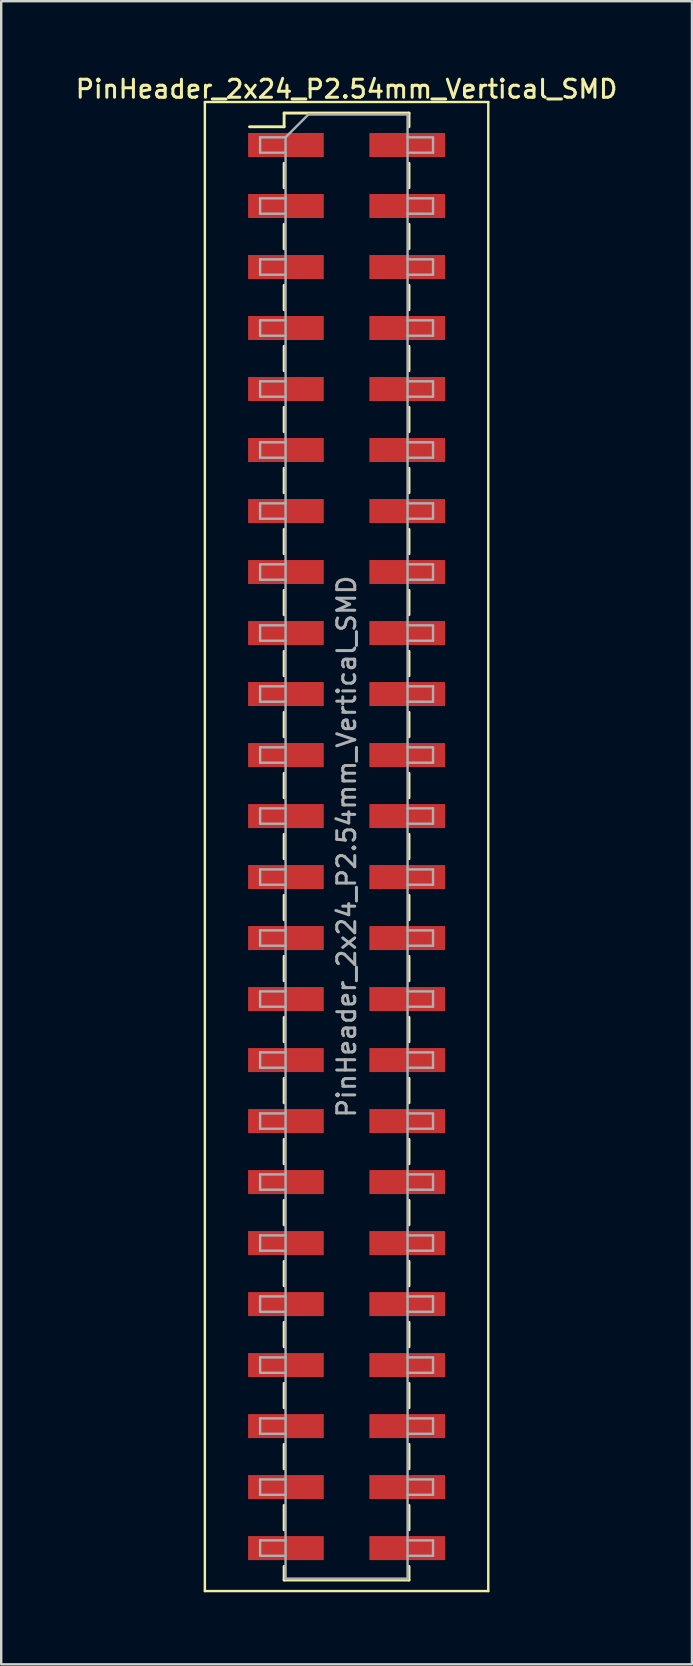
<source format=kicad_pcb>
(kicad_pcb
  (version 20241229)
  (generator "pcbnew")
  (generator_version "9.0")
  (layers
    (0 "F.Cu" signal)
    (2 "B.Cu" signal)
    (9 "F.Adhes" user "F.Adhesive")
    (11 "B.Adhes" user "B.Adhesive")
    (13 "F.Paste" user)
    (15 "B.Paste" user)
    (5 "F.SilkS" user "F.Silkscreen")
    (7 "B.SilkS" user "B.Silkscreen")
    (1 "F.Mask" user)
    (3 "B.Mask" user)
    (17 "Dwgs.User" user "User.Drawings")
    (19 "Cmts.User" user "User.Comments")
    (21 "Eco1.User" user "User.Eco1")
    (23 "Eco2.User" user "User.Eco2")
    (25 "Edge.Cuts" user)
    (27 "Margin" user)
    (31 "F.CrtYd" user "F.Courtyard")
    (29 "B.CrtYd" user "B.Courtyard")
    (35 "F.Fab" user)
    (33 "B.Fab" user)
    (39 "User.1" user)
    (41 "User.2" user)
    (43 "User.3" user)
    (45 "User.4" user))
  (footprint "PinHeader_2x24_P2.54mm_Vertical_SMD"
    (layer "F.Cu")
    (at 11.38 32.198)
    (property "Reference" "PinHeader_2x24_P2.54mm_Vertical_SMD" (at 0 -31.54 0) (layer "F.SilkS") (effects (font (size 0.75 0.75) (thickness 0.125))))
    (attr smd)
    (fp_line (start -5.9 -31) (end -5.9 31) (stroke (width 0.1) (type solid)) (layer "F.SilkS"))
    (fp_line (start -5.9 31) (end 5.9 31) (stroke (width 0.1) (type solid)) (layer "F.SilkS"))
    (fp_line (start -4.04 -29.97) (end -2.6 -29.97) (stroke (width 0.12) (type solid)) (layer "F.SilkS"))
    (fp_line (start -2.6 -30.54) (end -2.6 -29.97) (stroke (width 0.12) (type solid)) (layer "F.SilkS"))
    (fp_line (start -2.6 -30.54) (end 2.6 -30.54) (stroke (width 0.12) (type solid)) (layer "F.SilkS"))
    (fp_line (start -2.6 -28.45) (end -2.6 -27.43) (stroke (width 0.12) (type solid)) (layer "F.SilkS"))
    (fp_line (start -2.6 -25.91) (end -2.6 -24.89) (stroke (width 0.12) (type solid)) (layer "F.SilkS"))
    (fp_line (start -2.6 -23.37) (end -2.6 -22.35) (stroke (width 0.12) (type solid)) (layer "F.SilkS"))
    (fp_line (start -2.6 -20.83) (end -2.6 -19.81) (stroke (width 0.12) (type solid)) (layer "F.SilkS"))
    (fp_line (start -2.6 -18.29) (end -2.6 -17.27) (stroke (width 0.12) (type solid)) (layer "F.SilkS"))
    (fp_line (start -2.6 -15.75) (end -2.6 -14.73) (stroke (width 0.12) (type solid)) (layer "F.SilkS"))
    (fp_line (start -2.6 -13.21) (end -2.6 -12.19) (stroke (width 0.12) (type solid)) (layer "F.SilkS"))
    (fp_line (start -2.6 -10.67) (end -2.6 -9.65) (stroke (width 0.12) (type solid)) (layer "F.SilkS"))
    (fp_line (start -2.6 -8.13) (end -2.6 -7.11) (stroke (width 0.12) (type solid)) (layer "F.SilkS"))
    (fp_line (start -2.6 -5.59) (end -2.6 -4.57) (stroke (width 0.12) (type solid)) (layer "F.SilkS"))
    (fp_line (start -2.6 -3.05) (end -2.6 -2.03) (stroke (width 0.12) (type solid)) (layer "F.SilkS"))
    (fp_line (start -2.6 -0.51) (end -2.6 0.51) (stroke (width 0.12) (type solid)) (layer "F.SilkS"))
    (fp_line (start -2.6 2.03) (end -2.6 3.05) (stroke (width 0.12) (type solid)) (layer "F.SilkS"))
    (fp_line (start -2.6 4.57) (end -2.6 5.59) (stroke (width 0.12) (type solid)) (layer "F.SilkS"))
    (fp_line (start -2.6 7.11) (end -2.6 8.13) (stroke (width 0.12) (type solid)) (layer "F.SilkS"))
    (fp_line (start -2.6 9.65) (end -2.6 10.67) (stroke (width 0.12) (type solid)) (layer "F.SilkS"))
    (fp_line (start -2.6 12.19) (end -2.6 13.21) (stroke (width 0.12) (type solid)) (layer "F.SilkS"))
    (fp_line (start -2.6 14.73) (end -2.6 15.75) (stroke (width 0.12) (type solid)) (layer "F.SilkS"))
    (fp_line (start -2.6 17.27) (end -2.6 18.29) (stroke (width 0.12) (type solid)) (layer "F.SilkS"))
    (fp_line (start -2.6 19.81) (end -2.6 20.83) (stroke (width 0.12) (type solid)) (layer "F.SilkS"))
    (fp_line (start -2.6 22.35) (end -2.6 23.37) (stroke (width 0.12) (type solid)) (layer "F.SilkS"))
    (fp_line (start -2.6 24.89) (end -2.6 25.91) (stroke (width 0.12) (type solid)) (layer "F.SilkS"))
    (fp_line (start -2.6 27.43) (end -2.6 28.45) (stroke (width 0.12) (type solid)) (layer "F.SilkS"))
    (fp_line (start -2.6 29.97) (end -2.6 30.54) (stroke (width 0.12) (type solid)) (layer "F.SilkS"))
    (fp_line (start -2.6 30.54) (end 2.6 30.54) (stroke (width 0.12) (type solid)) (layer "F.SilkS"))
    (fp_line (start 2.6 -30.54) (end 2.6 -29.97) (stroke (width 0.12) (type solid)) (layer "F.SilkS"))
    (fp_line (start 2.6 -28.45) (end 2.6 -27.43) (stroke (width 0.12) (type solid)) (layer "F.SilkS"))
    (fp_line (start 2.6 -25.91) (end 2.6 -24.89) (stroke (width 0.12) (type solid)) (layer "F.SilkS"))
    (fp_line (start 2.6 -23.37) (end 2.6 -22.35) (stroke (width 0.12) (type solid)) (layer "F.SilkS"))
    (fp_line (start 2.6 -20.83) (end 2.6 -19.81) (stroke (width 0.12) (type solid)) (layer "F.SilkS"))
    (fp_line (start 2.6 -18.29) (end 2.6 -17.27) (stroke (width 0.12) (type solid)) (layer "F.SilkS"))
    (fp_line (start 2.6 -15.75) (end 2.6 -14.73) (stroke (width 0.12) (type solid)) (layer "F.SilkS"))
    (fp_line (start 2.6 -13.21) (end 2.6 -12.19) (stroke (width 0.12) (type solid)) (layer "F.SilkS"))
    (fp_line (start 2.6 -10.67) (end 2.6 -9.65) (stroke (width 0.12) (type solid)) (layer "F.SilkS"))
    (fp_line (start 2.6 -8.13) (end 2.6 -7.11) (stroke (width 0.12) (type solid)) (layer "F.SilkS"))
    (fp_line (start 2.6 -5.59) (end 2.6 -4.57) (stroke (width 0.12) (type solid)) (layer "F.SilkS"))
    (fp_line (start 2.6 -3.05) (end 2.6 -2.03) (stroke (width 0.12) (type solid)) (layer "F.SilkS"))
    (fp_line (start 2.6 -0.51) (end 2.6 0.51) (stroke (width 0.12) (type solid)) (layer "F.SilkS"))
    (fp_line (start 2.6 2.03) (end 2.6 3.05) (stroke (width 0.12) (type solid)) (layer "F.SilkS"))
    (fp_line (start 2.6 4.57) (end 2.6 5.59) (stroke (width 0.12) (type solid)) (layer "F.SilkS"))
    (fp_line (start 2.6 7.11) (end 2.6 8.13) (stroke (width 0.12) (type solid)) (layer "F.SilkS"))
    (fp_line (start 2.6 9.65) (end 2.6 10.67) (stroke (width 0.12) (type solid)) (layer "F.SilkS"))
    (fp_line (start 2.6 12.19) (end 2.6 13.21) (stroke (width 0.12) (type solid)) (layer "F.SilkS"))
    (fp_line (start 2.6 14.73) (end 2.6 15.75) (stroke (width 0.12) (type solid)) (layer "F.SilkS"))
    (fp_line (start 2.6 17.27) (end 2.6 18.29) (stroke (width 0.12) (type solid)) (layer "F.SilkS"))
    (fp_line (start 2.6 19.81) (end 2.6 20.83) (stroke (width 0.12) (type solid)) (layer "F.SilkS"))
    (fp_line (start 2.6 22.35) (end 2.6 23.37) (stroke (width 0.12) (type solid)) (layer "F.SilkS"))
    (fp_line (start 2.6 24.89) (end 2.6 25.91) (stroke (width 0.12) (type solid)) (layer "F.SilkS"))
    (fp_line (start 2.6 27.43) (end 2.6 28.45) (stroke (width 0.12) (type solid)) (layer "F.SilkS"))
    (fp_line (start 2.6 29.97) (end 2.6 30.54) (stroke (width 0.12) (type solid)) (layer "F.SilkS"))
    (fp_line (start 5.9 -31) (end -5.9 -31) (stroke (width 0.1) (type solid)) (layer "F.SilkS"))
    (fp_line (start 5.9 31) (end 5.9 -31) (stroke (width 0.1) (type solid)) (layer "F.SilkS"))
    (fp_line (start -3.6 -29.53) (end -3.6 -28.89) (stroke (width 0.1) (type solid)) (layer "F.Fab"))
    (fp_line (start -3.6 -28.89) (end -2.54 -28.89) (stroke (width 0.1) (type solid)) (layer "F.Fab"))
    (fp_line (start -3.6 -26.99) (end -3.6 -26.35) (stroke (width 0.1) (type solid)) (layer "F.Fab"))
    (fp_line (start -3.6 -26.35) (end -2.54 -26.35) (stroke (width 0.1) (type solid)) (layer "F.Fab"))
    (fp_line (start -3.6 -24.45) (end -3.6 -23.81) (stroke (width 0.1) (type solid)) (layer "F.Fab"))
    (fp_line (start -3.6 -23.81) (end -2.54 -23.81) (stroke (width 0.1) (type solid)) (layer "F.Fab"))
    (fp_line (start -3.6 -21.91) (end -3.6 -21.27) (stroke (width 0.1) (type solid)) (layer "F.Fab"))
    (fp_line (start -3.6 -21.27) (end -2.54 -21.27) (stroke (width 0.1) (type solid)) (layer "F.Fab"))
    (fp_line (start -3.6 -19.37) (end -3.6 -18.73) (stroke (width 0.1) (type solid)) (layer "F.Fab"))
    (fp_line (start -3.6 -18.73) (end -2.54 -18.73) (stroke (width 0.1) (type solid)) (layer "F.Fab"))
    (fp_line (start -3.6 -16.83) (end -3.6 -16.19) (stroke (width 0.1) (type solid)) (layer "F.Fab"))
    (fp_line (start -3.6 -16.19) (end -2.54 -16.19) (stroke (width 0.1) (type solid)) (layer "F.Fab"))
    (fp_line (start -3.6 -14.29) (end -3.6 -13.65) (stroke (width 0.1) (type solid)) (layer "F.Fab"))
    (fp_line (start -3.6 -13.65) (end -2.54 -13.65) (stroke (width 0.1) (type solid)) (layer "F.Fab"))
    (fp_line (start -3.6 -11.75) (end -3.6 -11.11) (stroke (width 0.1) (type solid)) (layer "F.Fab"))
    (fp_line (start -3.6 -11.11) (end -2.54 -11.11) (stroke (width 0.1) (type solid)) (layer "F.Fab"))
    (fp_line (start -3.6 -9.21) (end -3.6 -8.57) (stroke (width 0.1) (type solid)) (layer "F.Fab"))
    (fp_line (start -3.6 -8.57) (end -2.54 -8.57) (stroke (width 0.1) (type solid)) (layer "F.Fab"))
    (fp_line (start -3.6 -6.67) (end -3.6 -6.03) (stroke (width 0.1) (type solid)) (layer "F.Fab"))
    (fp_line (start -3.6 -6.03) (end -2.54 -6.03) (stroke (width 0.1) (type solid)) (layer "F.Fab"))
    (fp_line (start -3.6 -4.13) (end -3.6 -3.49) (stroke (width 0.1) (type solid)) (layer "F.Fab"))
    (fp_line (start -3.6 -3.49) (end -2.54 -3.49) (stroke (width 0.1) (type solid)) (layer "F.Fab"))
    (fp_line (start -3.6 -1.59) (end -3.6 -0.95) (stroke (width 0.1) (type solid)) (layer "F.Fab"))
    (fp_line (start -3.6 -0.95) (end -2.54 -0.95) (stroke (width 0.1) (type solid)) (layer "F.Fab"))
    (fp_line (start -3.6 0.95) (end -3.6 1.59) (stroke (width 0.1) (type solid)) (layer "F.Fab"))
    (fp_line (start -3.6 1.59) (end -2.54 1.59) (stroke (width 0.1) (type solid)) (layer "F.Fab"))
    (fp_line (start -3.6 3.49) (end -3.6 4.13) (stroke (width 0.1) (type solid)) (layer "F.Fab"))
    (fp_line (start -3.6 4.13) (end -2.54 4.13) (stroke (width 0.1) (type solid)) (layer "F.Fab"))
    (fp_line (start -3.6 6.03) (end -3.6 6.67) (stroke (width 0.1) (type solid)) (layer "F.Fab"))
    (fp_line (start -3.6 6.67) (end -2.54 6.67) (stroke (width 0.1) (type solid)) (layer "F.Fab"))
    (fp_line (start -3.6 8.57) (end -3.6 9.21) (stroke (width 0.1) (type solid)) (layer "F.Fab"))
    (fp_line (start -3.6 9.21) (end -2.54 9.21) (stroke (width 0.1) (type solid)) (layer "F.Fab"))
    (fp_line (start -3.6 11.11) (end -3.6 11.75) (stroke (width 0.1) (type solid)) (layer "F.Fab"))
    (fp_line (start -3.6 11.75) (end -2.54 11.75) (stroke (width 0.1) (type solid)) (layer "F.Fab"))
    (fp_line (start -3.6 13.65) (end -3.6 14.29) (stroke (width 0.1) (type solid)) (layer "F.Fab"))
    (fp_line (start -3.6 14.29) (end -2.54 14.29) (stroke (width 0.1) (type solid)) (layer "F.Fab"))
    (fp_line (start -3.6 16.19) (end -3.6 16.83) (stroke (width 0.1) (type solid)) (layer "F.Fab"))
    (fp_line (start -3.6 16.83) (end -2.54 16.83) (stroke (width 0.1) (type solid)) (layer "F.Fab"))
    (fp_line (start -3.6 18.73) (end -3.6 19.37) (stroke (width 0.1) (type solid)) (layer "F.Fab"))
    (fp_line (start -3.6 19.37) (end -2.54 19.37) (stroke (width 0.1) (type solid)) (layer "F.Fab"))
    (fp_line (start -3.6 21.27) (end -3.6 21.91) (stroke (width 0.1) (type solid)) (layer "F.Fab"))
    (fp_line (start -3.6 21.91) (end -2.54 21.91) (stroke (width 0.1) (type solid)) (layer "F.Fab"))
    (fp_line (start -3.6 23.81) (end -3.6 24.45) (stroke (width 0.1) (type solid)) (layer "F.Fab"))
    (fp_line (start -3.6 24.45) (end -2.54 24.45) (stroke (width 0.1) (type solid)) (layer "F.Fab"))
    (fp_line (start -3.6 26.35) (end -3.6 26.99) (stroke (width 0.1) (type solid)) (layer "F.Fab"))
    (fp_line (start -3.6 26.99) (end -2.54 26.99) (stroke (width 0.1) (type solid)) (layer "F.Fab"))
    (fp_line (start -3.6 28.89) (end -3.6 29.53) (stroke (width 0.1) (type solid)) (layer "F.Fab"))
    (fp_line (start -3.6 29.53) (end -2.54 29.53) (stroke (width 0.1) (type solid)) (layer "F.Fab"))
    (fp_line (start -2.54 -29.53) (end -3.6 -29.53) (stroke (width 0.1) (type solid)) (layer "F.Fab"))
    (fp_line (start -2.54 -29.53) (end -1.59 -30.48) (stroke (width 0.1) (type solid)) (layer "F.Fab"))
    (fp_line (start -2.54 -26.99) (end -3.6 -26.99) (stroke (width 0.1) (type solid)) (layer "F.Fab"))
    (fp_line (start -2.54 -24.45) (end -3.6 -24.45) (stroke (width 0.1) (type solid)) (layer "F.Fab"))
    (fp_line (start -2.54 -21.91) (end -3.6 -21.91) (stroke (width 0.1) (type solid)) (layer "F.Fab"))
    (fp_line (start -2.54 -19.37) (end -3.6 -19.37) (stroke (width 0.1) (type solid)) (layer "F.Fab"))
    (fp_line (start -2.54 -16.83) (end -3.6 -16.83) (stroke (width 0.1) (type solid)) (layer "F.Fab"))
    (fp_line (start -2.54 -14.29) (end -3.6 -14.29) (stroke (width 0.1) (type solid)) (layer "F.Fab"))
    (fp_line (start -2.54 -11.75) (end -3.6 -11.75) (stroke (width 0.1) (type solid)) (layer "F.Fab"))
    (fp_line (start -2.54 -9.21) (end -3.6 -9.21) (stroke (width 0.1) (type solid)) (layer "F.Fab"))
    (fp_line (start -2.54 -6.67) (end -3.6 -6.67) (stroke (width 0.1) (type solid)) (layer "F.Fab"))
    (fp_line (start -2.54 -4.13) (end -3.6 -4.13) (stroke (width 0.1) (type solid)) (layer "F.Fab"))
    (fp_line (start -2.54 -1.59) (end -3.6 -1.59) (stroke (width 0.1) (type solid)) (layer "F.Fab"))
    (fp_line (start -2.54 0.95) (end -3.6 0.95) (stroke (width 0.1) (type solid)) (layer "F.Fab"))
    (fp_line (start -2.54 3.49) (end -3.6 3.49) (stroke (width 0.1) (type solid)) (layer "F.Fab"))
    (fp_line (start -2.54 6.03) (end -3.6 6.03) (stroke (width 0.1) (type solid)) (layer "F.Fab"))
    (fp_line (start -2.54 8.57) (end -3.6 8.57) (stroke (width 0.1) (type solid)) (layer "F.Fab"))
    (fp_line (start -2.54 11.11) (end -3.6 11.11) (stroke (width 0.1) (type solid)) (layer "F.Fab"))
    (fp_line (start -2.54 13.65) (end -3.6 13.65) (stroke (width 0.1) (type solid)) (layer "F.Fab"))
    (fp_line (start -2.54 16.19) (end -3.6 16.19) (stroke (width 0.1) (type solid)) (layer "F.Fab"))
    (fp_line (start -2.54 18.73) (end -3.6 18.73) (stroke (width 0.1) (type solid)) (layer "F.Fab"))
    (fp_line (start -2.54 21.27) (end -3.6 21.27) (stroke (width 0.1) (type solid)) (layer "F.Fab"))
    (fp_line (start -2.54 23.81) (end -3.6 23.81) (stroke (width 0.1) (type solid)) (layer "F.Fab"))
    (fp_line (start -2.54 26.35) (end -3.6 26.35) (stroke (width 0.1) (type solid)) (layer "F.Fab"))
    (fp_line (start -2.54 28.89) (end -3.6 28.89) (stroke (width 0.1) (type solid)) (layer "F.Fab"))
    (fp_line (start -2.54 30.48) (end -2.54 -29.53) (stroke (width 0.1) (type solid)) (layer "F.Fab"))
    (fp_line (start -1.59 -30.48) (end 2.54 -30.48) (stroke (width 0.1) (type solid)) (layer "F.Fab"))
    (fp_line (start 2.54 -30.48) (end 2.54 30.48) (stroke (width 0.1) (type solid)) (layer "F.Fab"))
    (fp_line (start 2.54 -29.53) (end 3.6 -29.53) (stroke (width 0.1) (type solid)) (layer "F.Fab"))
    (fp_line (start 2.54 -26.99) (end 3.6 -26.99) (stroke (width 0.1) (type solid)) (layer "F.Fab"))
    (fp_line (start 2.54 -24.45) (end 3.6 -24.45) (stroke (width 0.1) (type solid)) (layer "F.Fab"))
    (fp_line (start 2.54 -21.91) (end 3.6 -21.91) (stroke (width 0.1) (type solid)) (layer "F.Fab"))
    (fp_line (start 2.54 -19.37) (end 3.6 -19.37) (stroke (width 0.1) (type solid)) (layer "F.Fab"))
    (fp_line (start 2.54 -16.83) (end 3.6 -16.83) (stroke (width 0.1) (type solid)) (layer "F.Fab"))
    (fp_line (start 2.54 -14.29) (end 3.6 -14.29) (stroke (width 0.1) (type solid)) (layer "F.Fab"))
    (fp_line (start 2.54 -11.75) (end 3.6 -11.75) (stroke (width 0.1) (type solid)) (layer "F.Fab"))
    (fp_line (start 2.54 -9.21) (end 3.6 -9.21) (stroke (width 0.1) (type solid)) (layer "F.Fab"))
    (fp_line (start 2.54 -6.67) (end 3.6 -6.67) (stroke (width 0.1) (type solid)) (layer "F.Fab"))
    (fp_line (start 2.54 -4.13) (end 3.6 -4.13) (stroke (width 0.1) (type solid)) (layer "F.Fab"))
    (fp_line (start 2.54 -1.59) (end 3.6 -1.59) (stroke (width 0.1) (type solid)) (layer "F.Fab"))
    (fp_line (start 2.54 0.95) (end 3.6 0.95) (stroke (width 0.1) (type solid)) (layer "F.Fab"))
    (fp_line (start 2.54 3.49) (end 3.6 3.49) (stroke (width 0.1) (type solid)) (layer "F.Fab"))
    (fp_line (start 2.54 6.03) (end 3.6 6.03) (stroke (width 0.1) (type solid)) (layer "F.Fab"))
    (fp_line (start 2.54 8.57) (end 3.6 8.57) (stroke (width 0.1) (type solid)) (layer "F.Fab"))
    (fp_line (start 2.54 11.11) (end 3.6 11.11) (stroke (width 0.1) (type solid)) (layer "F.Fab"))
    (fp_line (start 2.54 13.65) (end 3.6 13.65) (stroke (width 0.1) (type solid)) (layer "F.Fab"))
    (fp_line (start 2.54 16.19) (end 3.6 16.19) (stroke (width 0.1) (type solid)) (layer "F.Fab"))
    (fp_line (start 2.54 18.73) (end 3.6 18.73) (stroke (width 0.1) (type solid)) (layer "F.Fab"))
    (fp_line (start 2.54 21.27) (end 3.6 21.27) (stroke (width 0.1) (type solid)) (layer "F.Fab"))
    (fp_line (start 2.54 23.81) (end 3.6 23.81) (stroke (width 0.1) (type solid)) (layer "F.Fab"))
    (fp_line (start 2.54 26.35) (end 3.6 26.35) (stroke (width 0.1) (type solid)) (layer "F.Fab"))
    (fp_line (start 2.54 28.89) (end 3.6 28.89) (stroke (width 0.1) (type solid)) (layer "F.Fab"))
    (fp_line (start 2.54 30.48) (end -2.54 30.48) (stroke (width 0.1) (type solid)) (layer "F.Fab"))
    (fp_line (start 3.6 -29.53) (end 3.6 -28.89) (stroke (width 0.1) (type solid)) (layer "F.Fab"))
    (fp_line (start 3.6 -28.89) (end 2.54 -28.89) (stroke (width 0.1) (type solid)) (layer "F.Fab"))
    (fp_line (start 3.6 -26.99) (end 3.6 -26.35) (stroke (width 0.1) (type solid)) (layer "F.Fab"))
    (fp_line (start 3.6 -26.35) (end 2.54 -26.35) (stroke (width 0.1) (type solid)) (layer "F.Fab"))
    (fp_line (start 3.6 -24.45) (end 3.6 -23.81) (stroke (width 0.1) (type solid)) (layer "F.Fab"))
    (fp_line (start 3.6 -23.81) (end 2.54 -23.81) (stroke (width 0.1) (type solid)) (layer "F.Fab"))
    (fp_line (start 3.6 -21.91) (end 3.6 -21.27) (stroke (width 0.1) (type solid)) (layer "F.Fab"))
    (fp_line (start 3.6 -21.27) (end 2.54 -21.27) (stroke (width 0.1) (type solid)) (layer "F.Fab"))
    (fp_line (start 3.6 -19.37) (end 3.6 -18.73) (stroke (width 0.1) (type solid)) (layer "F.Fab"))
    (fp_line (start 3.6 -18.73) (end 2.54 -18.73) (stroke (width 0.1) (type solid)) (layer "F.Fab"))
    (fp_line (start 3.6 -16.83) (end 3.6 -16.19) (stroke (width 0.1) (type solid)) (layer "F.Fab"))
    (fp_line (start 3.6 -16.19) (end 2.54 -16.19) (stroke (width 0.1) (type solid)) (layer "F.Fab"))
    (fp_line (start 3.6 -14.29) (end 3.6 -13.65) (stroke (width 0.1) (type solid)) (layer "F.Fab"))
    (fp_line (start 3.6 -13.65) (end 2.54 -13.65) (stroke (width 0.1) (type solid)) (layer "F.Fab"))
    (fp_line (start 3.6 -11.75) (end 3.6 -11.11) (stroke (width 0.1) (type solid)) (layer "F.Fab"))
    (fp_line (start 3.6 -11.11) (end 2.54 -11.11) (stroke (width 0.1) (type solid)) (layer "F.Fab"))
    (fp_line (start 3.6 -9.21) (end 3.6 -8.57) (stroke (width 0.1) (type solid)) (layer "F.Fab"))
    (fp_line (start 3.6 -8.57) (end 2.54 -8.57) (stroke (width 0.1) (type solid)) (layer "F.Fab"))
    (fp_line (start 3.6 -6.67) (end 3.6 -6.03) (stroke (width 0.1) (type solid)) (layer "F.Fab"))
    (fp_line (start 3.6 -6.03) (end 2.54 -6.03) (stroke (width 0.1) (type solid)) (layer "F.Fab"))
    (fp_line (start 3.6 -4.13) (end 3.6 -3.49) (stroke (width 0.1) (type solid)) (layer "F.Fab"))
    (fp_line (start 3.6 -3.49) (end 2.54 -3.49) (stroke (width 0.1) (type solid)) (layer "F.Fab"))
    (fp_line (start 3.6 -1.59) (end 3.6 -0.95) (stroke (width 0.1) (type solid)) (layer "F.Fab"))
    (fp_line (start 3.6 -0.95) (end 2.54 -0.95) (stroke (width 0.1) (type solid)) (layer "F.Fab"))
    (fp_line (start 3.6 0.95) (end 3.6 1.59) (stroke (width 0.1) (type solid)) (layer "F.Fab"))
    (fp_line (start 3.6 1.59) (end 2.54 1.59) (stroke (width 0.1) (type solid)) (layer "F.Fab"))
    (fp_line (start 3.6 3.49) (end 3.6 4.13) (stroke (width 0.1) (type solid)) (layer "F.Fab"))
    (fp_line (start 3.6 4.13) (end 2.54 4.13) (stroke (width 0.1) (type solid)) (layer "F.Fab"))
    (fp_line (start 3.6 6.03) (end 3.6 6.67) (stroke (width 0.1) (type solid)) (layer "F.Fab"))
    (fp_line (start 3.6 6.67) (end 2.54 6.67) (stroke (width 0.1) (type solid)) (layer "F.Fab"))
    (fp_line (start 3.6 8.57) (end 3.6 9.21) (stroke (width 0.1) (type solid)) (layer "F.Fab"))
    (fp_line (start 3.6 9.21) (end 2.54 9.21) (stroke (width 0.1) (type solid)) (layer "F.Fab"))
    (fp_line (start 3.6 11.11) (end 3.6 11.75) (stroke (width 0.1) (type solid)) (layer "F.Fab"))
    (fp_line (start 3.6 11.75) (end 2.54 11.75) (stroke (width 0.1) (type solid)) (layer "F.Fab"))
    (fp_line (start 3.6 13.65) (end 3.6 14.29) (stroke (width 0.1) (type solid)) (layer "F.Fab"))
    (fp_line (start 3.6 14.29) (end 2.54 14.29) (stroke (width 0.1) (type solid)) (layer "F.Fab"))
    (fp_line (start 3.6 16.19) (end 3.6 16.83) (stroke (width 0.1) (type solid)) (layer "F.Fab"))
    (fp_line (start 3.6 16.83) (end 2.54 16.83) (stroke (width 0.1) (type solid)) (layer "F.Fab"))
    (fp_line (start 3.6 18.73) (end 3.6 19.37) (stroke (width 0.1) (type solid)) (layer "F.Fab"))
    (fp_line (start 3.6 19.37) (end 2.54 19.37) (stroke (width 0.1) (type solid)) (layer "F.Fab"))
    (fp_line (start 3.6 21.27) (end 3.6 21.91) (stroke (width 0.1) (type solid)) (layer "F.Fab"))
    (fp_line (start 3.6 21.91) (end 2.54 21.91) (stroke (width 0.1) (type solid)) (layer "F.Fab"))
    (fp_line (start 3.6 23.81) (end 3.6 24.45) (stroke (width 0.1) (type solid)) (layer "F.Fab"))
    (fp_line (start 3.6 24.45) (end 2.54 24.45) (stroke (width 0.1) (type solid)) (layer "F.Fab"))
    (fp_line (start 3.6 26.35) (end 3.6 26.99) (stroke (width 0.1) (type solid)) (layer "F.Fab"))
    (fp_line (start 3.6 26.99) (end 2.54 26.99) (stroke (width 0.1) (type solid)) (layer "F.Fab"))
    (fp_line (start 3.6 28.89) (end 3.6 29.53) (stroke (width 0.1) (type solid)) (layer "F.Fab"))
    (fp_line (start 3.6 29.53) (end 2.54 29.53) (stroke (width 0.1) (type solid)) (layer "F.Fab"))
    (fp_text user "${REFERENCE}" (at 0 0 90) (layer "F.Fab") (effects (font (size 0.75 0.75) (thickness 0.125))))
    (pad "1" smd rect (at -2.525 -29.21) (size 3.15 1) (layers "F.Cu" "F.Mask" "F.Paste"))
    (pad "2" smd rect (at 2.525 -29.21) (size 3.15 1) (layers "F.Cu" "F.Mask" "F.Paste"))
    (pad "3" smd rect (at -2.525 -26.67) (size 3.15 1) (layers "F.Cu" "F.Mask" "F.Paste"))
    (pad "4" smd rect (at 2.525 -26.67) (size 3.15 1) (layers "F.Cu" "F.Mask" "F.Paste"))
    (pad "5" smd rect (at -2.525 -24.13) (size 3.15 1) (layers "F.Cu" "F.Mask" "F.Paste"))
    (pad "6" smd rect (at 2.525 -24.13) (size 3.15 1) (layers "F.Cu" "F.Mask" "F.Paste"))
    (pad "7" smd rect (at -2.525 -21.59) (size 3.15 1) (layers "F.Cu" "F.Mask" "F.Paste"))
    (pad "8" smd rect (at 2.525 -21.59) (size 3.15 1) (layers "F.Cu" "F.Mask" "F.Paste"))
    (pad "9" smd rect (at -2.525 -19.05) (size 3.15 1) (layers "F.Cu" "F.Mask" "F.Paste"))
    (pad "10" smd rect (at 2.525 -19.05) (size 3.15 1) (layers "F.Cu" "F.Mask" "F.Paste"))
    (pad "11" smd rect (at -2.525 -16.51) (size 3.15 1) (layers "F.Cu" "F.Mask" "F.Paste"))
    (pad "12" smd rect (at 2.525 -16.51) (size 3.15 1) (layers "F.Cu" "F.Mask" "F.Paste"))
    (pad "13" smd rect (at -2.525 -13.97) (size 3.15 1) (layers "F.Cu" "F.Mask" "F.Paste"))
    (pad "14" smd rect (at 2.525 -13.97) (size 3.15 1) (layers "F.Cu" "F.Mask" "F.Paste"))
    (pad "15" smd rect (at -2.525 -11.43) (size 3.15 1) (layers "F.Cu" "F.Mask" "F.Paste"))
    (pad "16" smd rect (at 2.525 -11.43) (size 3.15 1) (layers "F.Cu" "F.Mask" "F.Paste"))
    (pad "17" smd rect (at -2.525 -8.89) (size 3.15 1) (layers "F.Cu" "F.Mask" "F.Paste"))
    (pad "18" smd rect (at 2.525 -8.89) (size 3.15 1) (layers "F.Cu" "F.Mask" "F.Paste"))
    (pad "19" smd rect (at -2.525 -6.35) (size 3.15 1) (layers "F.Cu" "F.Mask" "F.Paste"))
    (pad "20" smd rect (at 2.525 -6.35) (size 3.15 1) (layers "F.Cu" "F.Mask" "F.Paste"))
    (pad "21" smd rect (at -2.525 -3.81) (size 3.15 1) (layers "F.Cu" "F.Mask" "F.Paste"))
    (pad "22" smd rect (at 2.525 -3.81) (size 3.15 1) (layers "F.Cu" "F.Mask" "F.Paste"))
    (pad "23" smd rect (at -2.525 -1.27) (size 3.15 1) (layers "F.Cu" "F.Mask" "F.Paste"))
    (pad "24" smd rect (at 2.525 -1.27) (size 3.15 1) (layers "F.Cu" "F.Mask" "F.Paste"))
    (pad "25" smd rect (at -2.525 1.27) (size 3.15 1) (layers "F.Cu" "F.Mask" "F.Paste"))
    (pad "26" smd rect (at 2.525 1.27) (size 3.15 1) (layers "F.Cu" "F.Mask" "F.Paste"))
    (pad "27" smd rect (at -2.525 3.81) (size 3.15 1) (layers "F.Cu" "F.Mask" "F.Paste"))
    (pad "28" smd rect (at 2.525 3.81) (size 3.15 1) (layers "F.Cu" "F.Mask" "F.Paste"))
    (pad "29" smd rect (at -2.525 6.35) (size 3.15 1) (layers "F.Cu" "F.Mask" "F.Paste"))
    (pad "30" smd rect (at 2.525 6.35) (size 3.15 1) (layers "F.Cu" "F.Mask" "F.Paste"))
    (pad "31" smd rect (at -2.525 8.89) (size 3.15 1) (layers "F.Cu" "F.Mask" "F.Paste"))
    (pad "32" smd rect (at 2.525 8.89) (size 3.15 1) (layers "F.Cu" "F.Mask" "F.Paste"))
    (pad "33" smd rect (at -2.525 11.43) (size 3.15 1) (layers "F.Cu" "F.Mask" "F.Paste"))
    (pad "34" smd rect (at 2.525 11.43) (size 3.15 1) (layers "F.Cu" "F.Mask" "F.Paste"))
    (pad "35" smd rect (at -2.525 13.97) (size 3.15 1) (layers "F.Cu" "F.Mask" "F.Paste"))
    (pad "36" smd rect (at 2.525 13.97) (size 3.15 1) (layers "F.Cu" "F.Mask" "F.Paste"))
    (pad "37" smd rect (at -2.525 16.51) (size 3.15 1) (layers "F.Cu" "F.Mask" "F.Paste"))
    (pad "38" smd rect (at 2.525 16.51) (size 3.15 1) (layers "F.Cu" "F.Mask" "F.Paste"))
    (pad "39" smd rect (at -2.525 19.05) (size 3.15 1) (layers "F.Cu" "F.Mask" "F.Paste"))
    (pad "40" smd rect (at 2.525 19.05) (size 3.15 1) (layers "F.Cu" "F.Mask" "F.Paste"))
    (pad "41" smd rect (at -2.525 21.59) (size 3.15 1) (layers "F.Cu" "F.Mask" "F.Paste"))
    (pad "42" smd rect (at 2.525 21.59) (size 3.15 1) (layers "F.Cu" "F.Mask" "F.Paste"))
    (pad "43" smd rect (at -2.525 24.13) (size 3.15 1) (layers "F.Cu" "F.Mask" "F.Paste"))
    (pad "44" smd rect (at 2.525 24.13) (size 3.15 1) (layers "F.Cu" "F.Mask" "F.Paste"))
    (pad "45" smd rect (at -2.525 26.67) (size 3.15 1) (layers "F.Cu" "F.Mask" "F.Paste"))
    (pad "46" smd rect (at 2.525 26.67) (size 3.15 1) (layers "F.Cu" "F.Mask" "F.Paste"))
    (pad "47" smd rect (at -2.525 29.21) (size 3.15 1) (layers "F.Cu" "F.Mask" "F.Paste"))
    (pad "48" smd rect (at 2.525 29.21) (size 3.15 1) (layers "F.Cu" "F.Mask" "F.Paste")))
  (gr_rect
    (start -3 -3)
    (end 25.761 66.248)
    (stroke (width 0.1) (type default))
    (fill no)
    (layer "Edge.Cuts")))
</source>
